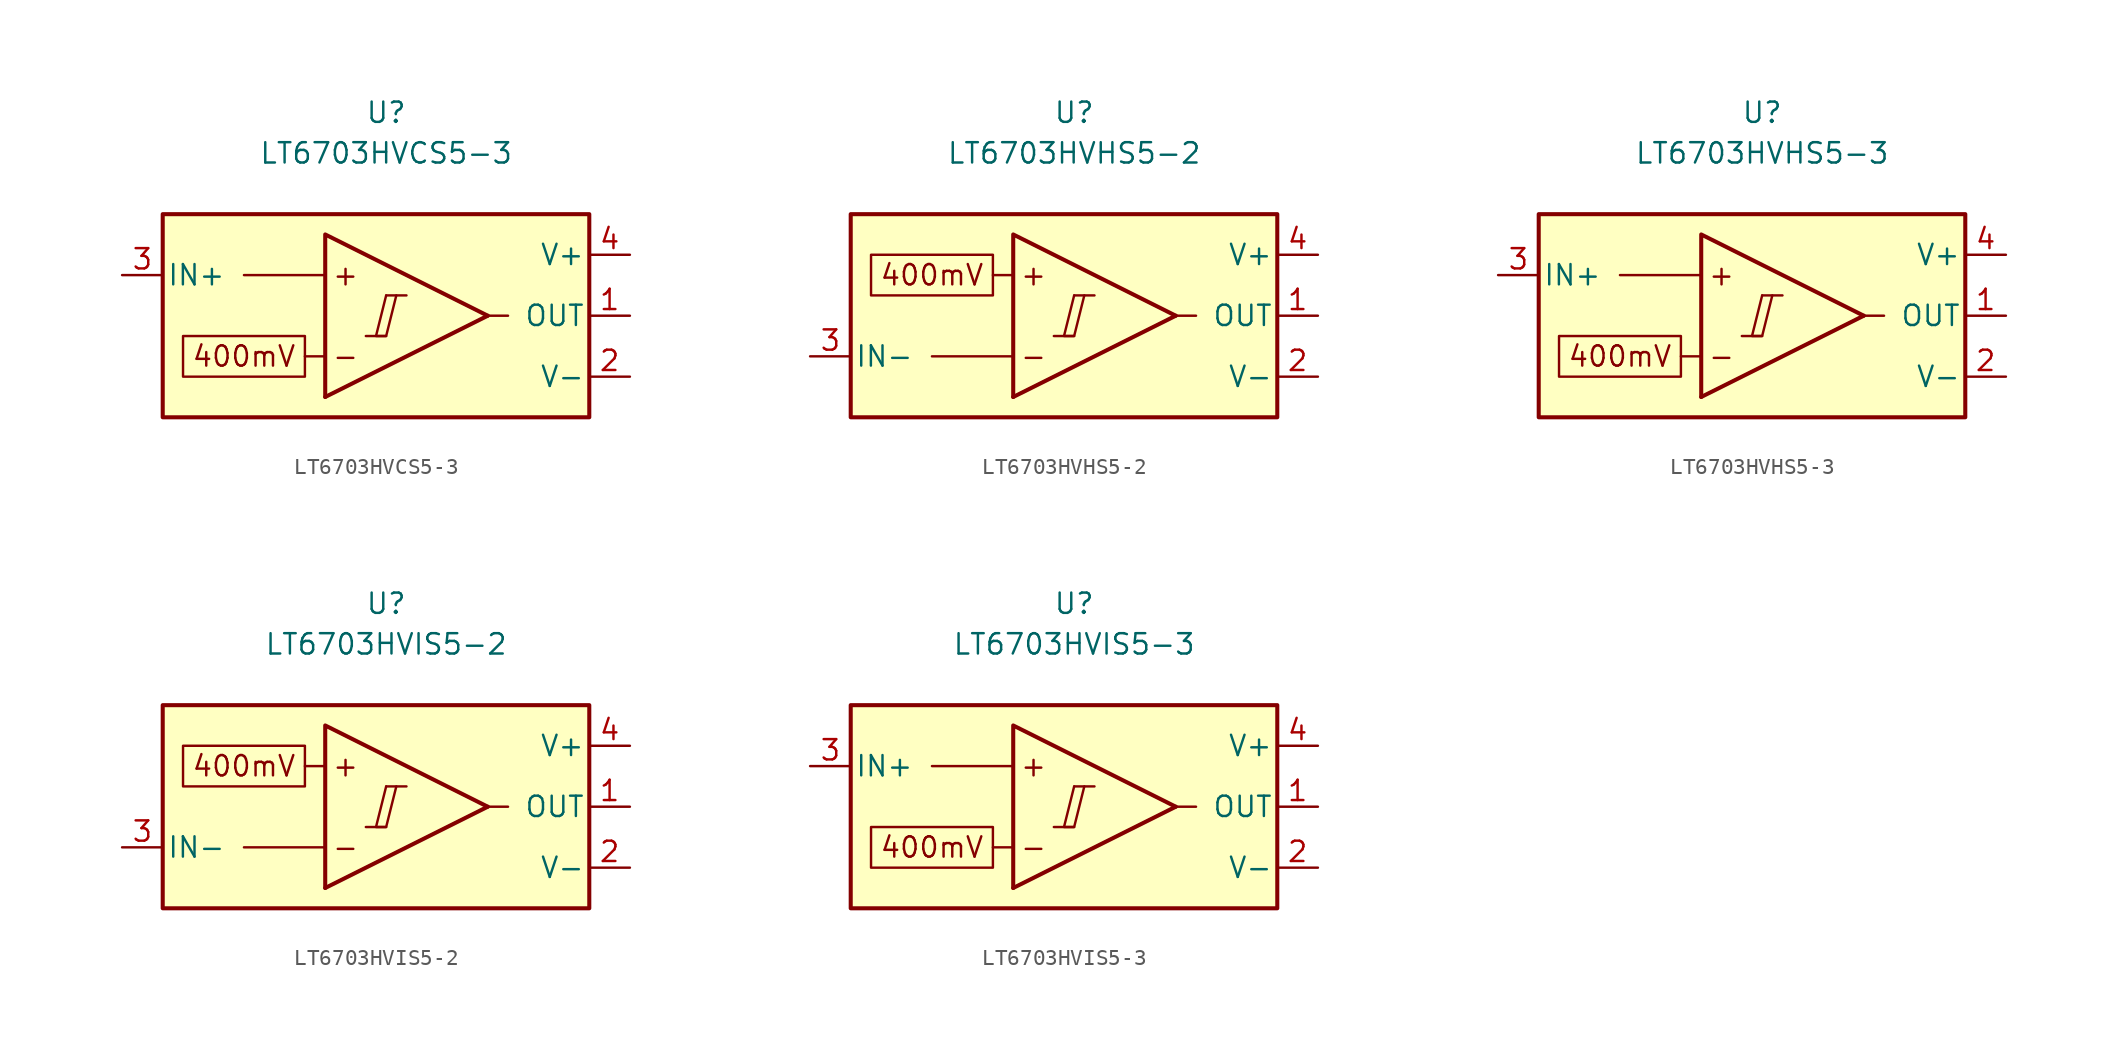
<source format=kicad_sym>
(kicad_symbol_lib
  (version 20211014)
  (generator kicad_symbol_editor)
  (symbol "LT6703HVCS5-3"
    (pin_names
      (offset 0.254))
    (property "Reference" "U"
      (at 0 12.7 0)
      (effects (font (size 1.27 1.27))))
    (property "Value" "LT6703HVCS5-3"
      (at 0 10.16 0)
      (effects (font (size 1.27 1.27))))
    (symbol "LT6703HVCS5-3_0_0"
      (polyline (pts (xy -1.27 -1.27) (xy 0 -1.27)) (stroke (width 0.152) (type default) (color 0 0 0 0)) (fill (type none)))
      (polyline (pts (xy 0 1.27) (xy 1.27 1.27)) (stroke (width 0.152) (type default) (color 0 0 0 0)) (fill (type none)))
      (polyline (pts (xy 6.35 0) (xy -3.81 -5.08)) (stroke (width 0.254) (type default) (color 0 0 0 0)) (fill (type none)))
      (polyline (pts (xy 6.35 0) (xy -3.81 5.08) (xy -3.81 -5.08)) (stroke (width 0.254) (type default) (color 0 0 0 0)) (fill (type background)))
      (polyline (pts (xy 0 1.27) (xy -0.635 -1.27) (xy 0 -1.27) (xy 0.635 1.27)) (stroke (width 0.152) (type default) (color 0 0 0 0)) (fill (type none)))
      (text "+" (at -2.54 2.54 0) (effects (font (size 1.27 1.27))))
      (text "-" (at -2.54 -2.54 0) (effects (font (size 1.27 1.27)))))
    (symbol "LT6703HVCS5-3_0_1"
      (polyline (pts (xy -3.81 -2.54) (xy -5.08 -2.54)) (stroke (width 0) (type default) (color 0 0 0 0)) (fill (type none)))
      (polyline (pts (xy -3.81 2.54) (xy -8.89 2.54)) (stroke (width 0) (type default) (color 0 0 0 0)) (fill (type none)))
      (polyline (pts (xy 6.35 0) (xy 7.62 0)) (stroke (width 0) (type default) (color 0 0 0 0)) (fill (type none))))
    (symbol "LT6703HVCS5-3_1_0"
      (rectangle (start -13.97 6.35) (end 12.7 -6.35) (stroke (width 0.254) (type default) (color 0 0 0 0)) (fill (type background)))
      (rectangle (start -12.7 -1.27) (end -5.08 -3.81) (stroke (width 0.152) (type default) (color 0 0 0 0)) (fill (type none)))
      (text "400mV" (at -8.89 -2.54 0) (effects (font (size 1.27 1.27)))))
    (symbol "LT6703HVCS5-3_1_1"
      (pin output line (at 15.24 0 180) (length 2.54) (name "OUT" (effects (font (size 1.27 1.27)))) (number "1" (effects (font (size 1.27 1.27)))))
      (pin power_in line (at 15.24 -3.81 180) (length 2.54) (name "V-" (effects (font (size 1.27 1.27)))) (number "2" (effects (font (size 1.27 1.27)))))
      (pin input line (at -16.51 2.54 0) (length 2.54) (name "IN+" (effects (font (size 1.27 1.27)))) (number "3" (effects (font (size 1.27 1.27)))))
      (pin power_in line (at 15.24 3.81 180) (length 2.54) (name "V+" (effects (font (size 1.27 1.27)))) (number "4" (effects (font (size 1.27 1.27)))))
      (pin no_connect line (at -1.27 0 0) (length 2.54) hide (name "NC" (effects (font (size 1.27 1.27)))) (number "5" (effects (font (size 1.27 1.27)))))))
  (symbol "LT6703HVHS5-2"
    (pin_names
      (offset 0.254))
    (property "Reference" "U"
      (at 0 12.7 0)
      (effects (font (size 1.27 1.27))))
    (property "Value" "LT6703HVHS5-2"
      (at 0 10.16 0)
      (effects (font (size 1.27 1.27))))
    (symbol "LT6703HVHS5-2_0_0"
      (polyline (pts (xy -1.27 -1.27) (xy 0 -1.27)) (stroke (width 0.152) (type default) (color 0 0 0 0)) (fill (type none)))
      (polyline (pts (xy 0 1.27) (xy 1.27 1.27)) (stroke (width 0.152) (type default) (color 0 0 0 0)) (fill (type none)))
      (polyline (pts (xy 6.35 0) (xy -3.81 -5.08)) (stroke (width 0.254) (type default) (color 0 0 0 0)) (fill (type none)))
      (polyline (pts (xy 6.35 0) (xy -3.81 5.08) (xy -3.81 -5.08)) (stroke (width 0.254) (type default) (color 0 0 0 0)) (fill (type background)))
      (polyline (pts (xy 0 1.27) (xy -0.635 -1.27) (xy 0 -1.27) (xy 0.635 1.27)) (stroke (width 0.152) (type default) (color 0 0 0 0)) (fill (type none)))
      (text "+" (at -2.54 2.54 0) (effects (font (size 1.27 1.27))))
      (text "-" (at -2.54 -2.54 0) (effects (font (size 1.27 1.27)))))
    (symbol "LT6703HVHS5-2_0_1"
      (polyline (pts (xy -3.81 -2.54) (xy -8.89 -2.54)) (stroke (width 0) (type default) (color 0 0 0 0)) (fill (type none)))
      (polyline (pts (xy -3.81 2.54) (xy -5.08 2.54)) (stroke (width 0) (type default) (color 0 0 0 0)) (fill (type none)))
      (polyline (pts (xy 6.35 0) (xy 7.62 0)) (stroke (width 0) (type default) (color 0 0 0 0)) (fill (type none))))
    (symbol "LT6703HVHS5-2_1_0"
      (rectangle (start -13.97 6.35) (end 12.7 -6.35) (stroke (width 0.254) (type default) (color 0 0 0 0)) (fill (type background)))
      (rectangle (start -12.7 3.81) (end -5.08 1.27) (stroke (width 0.152) (type default) (color 0 0 0 0)) (fill (type none)))
      (text "400mV" (at -8.89 2.54 0) (effects (font (size 1.27 1.27)))))
    (symbol "LT6703HVHS5-2_1_1"
      (pin output line (at 15.24 0 180) (length 2.54) (name "OUT" (effects (font (size 1.27 1.27)))) (number "1" (effects (font (size 1.27 1.27)))))
      (pin power_in line (at 15.24 -3.81 180) (length 2.54) (name "V-" (effects (font (size 1.27 1.27)))) (number "2" (effects (font (size 1.27 1.27)))))
      (pin input line (at -16.51 -2.54 0) (length 2.54) (name "IN-" (effects (font (size 1.27 1.27)))) (number "3" (effects (font (size 1.27 1.27)))))
      (pin power_in line (at 15.24 3.81 180) (length 2.54) (name "V+" (effects (font (size 1.27 1.27)))) (number "4" (effects (font (size 1.27 1.27)))))
      (pin no_connect line (at -1.27 0 0) (length 2.54) hide (name "NC" (effects (font (size 1.27 1.27)))) (number "5" (effects (font (size 1.27 1.27)))))))
  (symbol "LT6703HVHS5-3"
    (pin_names
      (offset 0.254))
    (property "Reference" "U"
      (at 0 12.7 0)
      (effects (font (size 1.27 1.27))))
    (property "Value" "LT6703HVHS5-3"
      (at 0 10.16 0)
      (effects (font (size 1.27 1.27))))
    (symbol "LT6703HVHS5-3_0_0"
      (polyline (pts (xy -1.27 -1.27) (xy 0 -1.27)) (stroke (width 0.152) (type default) (color 0 0 0 0)) (fill (type none)))
      (polyline (pts (xy 0 1.27) (xy 1.27 1.27)) (stroke (width 0.152) (type default) (color 0 0 0 0)) (fill (type none)))
      (polyline (pts (xy 6.35 0) (xy -3.81 -5.08)) (stroke (width 0.254) (type default) (color 0 0 0 0)) (fill (type none)))
      (polyline (pts (xy 6.35 0) (xy -3.81 5.08) (xy -3.81 -5.08)) (stroke (width 0.254) (type default) (color 0 0 0 0)) (fill (type background)))
      (polyline (pts (xy 0 1.27) (xy -0.635 -1.27) (xy 0 -1.27) (xy 0.635 1.27)) (stroke (width 0.152) (type default) (color 0 0 0 0)) (fill (type none)))
      (text "+" (at -2.54 2.54 0) (effects (font (size 1.27 1.27))))
      (text "-" (at -2.54 -2.54 0) (effects (font (size 1.27 1.27)))))
    (symbol "LT6703HVHS5-3_0_1"
      (polyline (pts (xy -3.81 -2.54) (xy -5.08 -2.54)) (stroke (width 0) (type default) (color 0 0 0 0)) (fill (type none)))
      (polyline (pts (xy -3.81 2.54) (xy -8.89 2.54)) (stroke (width 0) (type default) (color 0 0 0 0)) (fill (type none)))
      (polyline (pts (xy 6.35 0) (xy 7.62 0)) (stroke (width 0) (type default) (color 0 0 0 0)) (fill (type none))))
    (symbol "LT6703HVHS5-3_1_0"
      (rectangle (start -13.97 6.35) (end 12.7 -6.35) (stroke (width 0.254) (type default) (color 0 0 0 0)) (fill (type background)))
      (rectangle (start -12.7 -1.27) (end -5.08 -3.81) (stroke (width 0.152) (type default) (color 0 0 0 0)) (fill (type none)))
      (text "400mV" (at -8.89 -2.54 0) (effects (font (size 1.27 1.27)))))
    (symbol "LT6703HVHS5-3_1_1"
      (pin output line (at 15.24 0 180) (length 2.54) (name "OUT" (effects (font (size 1.27 1.27)))) (number "1" (effects (font (size 1.27 1.27)))))
      (pin power_in line (at 15.24 -3.81 180) (length 2.54) (name "V-" (effects (font (size 1.27 1.27)))) (number "2" (effects (font (size 1.27 1.27)))))
      (pin input line (at -16.51 2.54 0) (length 2.54) (name "IN+" (effects (font (size 1.27 1.27)))) (number "3" (effects (font (size 1.27 1.27)))))
      (pin power_in line (at 15.24 3.81 180) (length 2.54) (name "V+" (effects (font (size 1.27 1.27)))) (number "4" (effects (font (size 1.27 1.27)))))
      (pin no_connect line (at -1.27 0 0) (length 2.54) hide (name "NC" (effects (font (size 1.27 1.27)))) (number "5" (effects (font (size 1.27 1.27)))))))
  (symbol "LT6703HVIS5-2"
    (pin_names
      (offset 0.254))
    (property "Reference" "U"
      (at 0 12.7 0)
      (effects (font (size 1.27 1.27))))
    (property "Value" "LT6703HVIS5-2"
      (at 0 10.16 0)
      (effects (font (size 1.27 1.27))))
    (symbol "LT6703HVIS5-2_0_0"
      (polyline (pts (xy -1.27 -1.27) (xy 0 -1.27)) (stroke (width 0.152) (type default) (color 0 0 0 0)) (fill (type none)))
      (polyline (pts (xy 0 1.27) (xy 1.27 1.27)) (stroke (width 0.152) (type default) (color 0 0 0 0)) (fill (type none)))
      (polyline (pts (xy 6.35 0) (xy -3.81 -5.08)) (stroke (width 0.254) (type default) (color 0 0 0 0)) (fill (type none)))
      (polyline (pts (xy 6.35 0) (xy -3.81 5.08) (xy -3.81 -5.08)) (stroke (width 0.254) (type default) (color 0 0 0 0)) (fill (type background)))
      (polyline (pts (xy 0 1.27) (xy -0.635 -1.27) (xy 0 -1.27) (xy 0.635 1.27)) (stroke (width 0.152) (type default) (color 0 0 0 0)) (fill (type none)))
      (text "+" (at -2.54 2.54 0) (effects (font (size 1.27 1.27))))
      (text "-" (at -2.54 -2.54 0) (effects (font (size 1.27 1.27)))))
    (symbol "LT6703HVIS5-2_0_1"
      (polyline (pts (xy -3.81 -2.54) (xy -8.89 -2.54)) (stroke (width 0) (type default) (color 0 0 0 0)) (fill (type none)))
      (polyline (pts (xy -3.81 2.54) (xy -5.08 2.54)) (stroke (width 0) (type default) (color 0 0 0 0)) (fill (type none)))
      (polyline (pts (xy 6.35 0) (xy 7.62 0)) (stroke (width 0) (type default) (color 0 0 0 0)) (fill (type none))))
    (symbol "LT6703HVIS5-2_1_0"
      (rectangle (start -13.97 6.35) (end 12.7 -6.35) (stroke (width 0.254) (type default) (color 0 0 0 0)) (fill (type background)))
      (rectangle (start -12.7 3.81) (end -5.08 1.27) (stroke (width 0.152) (type default) (color 0 0 0 0)) (fill (type none)))
      (text "400mV" (at -8.89 2.54 0) (effects (font (size 1.27 1.27)))))
    (symbol "LT6703HVIS5-2_1_1"
      (pin output line (at 15.24 0 180) (length 2.54) (name "OUT" (effects (font (size 1.27 1.27)))) (number "1" (effects (font (size 1.27 1.27)))))
      (pin power_in line (at 15.24 -3.81 180) (length 2.54) (name "V-" (effects (font (size 1.27 1.27)))) (number "2" (effects (font (size 1.27 1.27)))))
      (pin input line (at -16.51 -2.54 0) (length 2.54) (name "IN-" (effects (font (size 1.27 1.27)))) (number "3" (effects (font (size 1.27 1.27)))))
      (pin power_in line (at 15.24 3.81 180) (length 2.54) (name "V+" (effects (font (size 1.27 1.27)))) (number "4" (effects (font (size 1.27 1.27)))))
      (pin no_connect line (at -1.27 0 0) (length 2.54) hide (name "NC" (effects (font (size 1.27 1.27)))) (number "5" (effects (font (size 1.27 1.27)))))))
  (symbol "LT6703HVIS5-3"
    (pin_names
      (offset 0.254))
    (property "Reference" "U"
      (at 0 12.7 0)
      (effects (font (size 1.27 1.27))))
    (property "Value" "LT6703HVIS5-3"
      (at 0 10.16 0)
      (effects (font (size 1.27 1.27))))
    (symbol "LT6703HVIS5-3_0_0"
      (polyline (pts (xy -1.27 -1.27) (xy 0 -1.27)) (stroke (width 0.152) (type default) (color 0 0 0 0)) (fill (type none)))
      (polyline (pts (xy 0 1.27) (xy 1.27 1.27)) (stroke (width 0.152) (type default) (color 0 0 0 0)) (fill (type none)))
      (polyline (pts (xy 6.35 0) (xy -3.81 -5.08)) (stroke (width 0.254) (type default) (color 0 0 0 0)) (fill (type none)))
      (polyline (pts (xy 6.35 0) (xy -3.81 5.08) (xy -3.81 -5.08)) (stroke (width 0.254) (type default) (color 0 0 0 0)) (fill (type background)))
      (polyline (pts (xy 0 1.27) (xy -0.635 -1.27) (xy 0 -1.27) (xy 0.635 1.27)) (stroke (width 0.152) (type default) (color 0 0 0 0)) (fill (type none)))
      (text "+" (at -2.54 2.54 0) (effects (font (size 1.27 1.27))))
      (text "-" (at -2.54 -2.54 0) (effects (font (size 1.27 1.27)))))
    (symbol "LT6703HVIS5-3_0_1"
      (polyline (pts (xy -3.81 -2.54) (xy -5.08 -2.54)) (stroke (width 0) (type default) (color 0 0 0 0)) (fill (type none)))
      (polyline (pts (xy -3.81 2.54) (xy -8.89 2.54)) (stroke (width 0) (type default) (color 0 0 0 0)) (fill (type none)))
      (polyline (pts (xy 6.35 0) (xy 7.62 0)) (stroke (width 0) (type default) (color 0 0 0 0)) (fill (type none))))
    (symbol "LT6703HVIS5-3_1_0"
      (rectangle (start -13.97 6.35) (end 12.7 -6.35) (stroke (width 0.254) (type default) (color 0 0 0 0)) (fill (type background)))
      (rectangle (start -12.7 -1.27) (end -5.08 -3.81) (stroke (width 0.152) (type default) (color 0 0 0 0)) (fill (type none)))
      (text "400mV" (at -8.89 -2.54 0) (effects (font (size 1.27 1.27)))))
    (symbol "LT6703HVIS5-3_1_1"
      (pin output line (at 15.24 0 180) (length 2.54) (name "OUT" (effects (font (size 1.27 1.27)))) (number "1" (effects (font (size 1.27 1.27)))))
      (pin power_in line (at 15.24 -3.81 180) (length 2.54) (name "V-" (effects (font (size 1.27 1.27)))) (number "2" (effects (font (size 1.27 1.27)))))
      (pin input line (at -16.51 2.54 0) (length 2.54) (name "IN+" (effects (font (size 1.27 1.27)))) (number "3" (effects (font (size 1.27 1.27)))))
      (pin power_in line (at 15.24 3.81 180) (length 2.54) (name "V+" (effects (font (size 1.27 1.27)))) (number "4" (effects (font (size 1.27 1.27)))))
      (pin no_connect line (at -1.27 0 0) (length 2.54) hide (name "NC" (effects (font (size 1.27 1.27)))) (number "5" (effects (font (size 1.27 1.27))))))))
</source>
